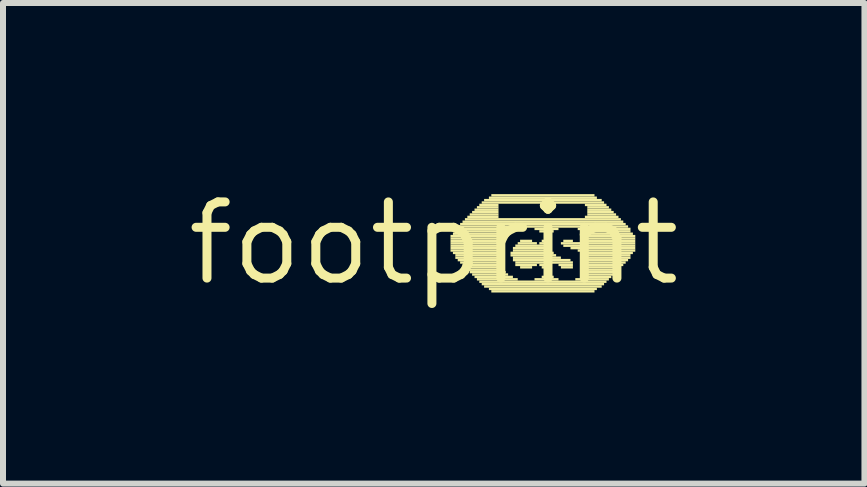
<source format=kicad_pcb>
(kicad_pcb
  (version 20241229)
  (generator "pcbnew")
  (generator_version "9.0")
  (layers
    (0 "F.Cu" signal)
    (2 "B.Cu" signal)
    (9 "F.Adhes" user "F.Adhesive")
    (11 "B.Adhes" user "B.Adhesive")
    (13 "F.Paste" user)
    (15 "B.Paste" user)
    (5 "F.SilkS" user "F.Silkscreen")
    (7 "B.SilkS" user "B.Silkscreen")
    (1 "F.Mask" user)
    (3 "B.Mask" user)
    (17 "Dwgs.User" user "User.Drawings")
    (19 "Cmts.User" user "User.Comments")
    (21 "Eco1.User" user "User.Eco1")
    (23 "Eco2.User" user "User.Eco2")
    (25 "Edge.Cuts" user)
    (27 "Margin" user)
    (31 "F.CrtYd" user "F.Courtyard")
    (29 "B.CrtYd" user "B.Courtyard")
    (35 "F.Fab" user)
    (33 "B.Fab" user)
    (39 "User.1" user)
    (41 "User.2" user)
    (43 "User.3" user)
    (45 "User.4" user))
  (footprint "footprint"
    (layer "F.Cu")
    (at 4.18 1.006)
    (property "Reference" "footprint" (at 0 0 0) (layer "F.SilkS") (effects (font (size 1.27 1.27) (thickness 0.15))))
    (fp_poly (pts (xy 0.28 -0.1) (xy 1.2 -0.1) (xy 1.2 -0.14) (xy 0.28 -0.14)) (stroke (width 0) (type solid)) (fill yes) (layer "F.SilkS"))
    (fp_poly (pts (xy 0.28 -0.06) (xy 1.16 -0.06) (xy 1.16 -0.1) (xy 0.28 -0.1)) (stroke (width 0) (type solid)) (fill yes) (layer "F.SilkS"))
    (fp_poly (pts (xy 0.28 -0.02) (xy 1.16 -0.02) (xy 1.16 -0.06) (xy 0.28 -0.06)) (stroke (width 0) (type solid)) (fill yes) (layer "F.SilkS"))
    (fp_poly (pts (xy 0.28 0.02) (xy 1.12 0.02) (xy 1.12 -0.02) (xy 0.28 -0.02)) (stroke (width 0) (type solid)) (fill yes) (layer "F.SilkS"))
    (fp_poly (pts (xy 0.28 0.06) (xy 1.12 0.06) (xy 1.12 0.02) (xy 0.28 0.02)) (stroke (width 0) (type solid)) (fill yes) (layer "F.SilkS"))
    (fp_poly (pts (xy 0.28 0.1) (xy 1.12 0.1) (xy 1.12 0.06) (xy 0.28 0.06)) (stroke (width 0) (type solid)) (fill yes) (layer "F.SilkS"))
    (fp_poly (pts (xy 0.28 0.14) (xy 1.08 0.14) (xy 1.08 0.1) (xy 0.28 0.1)) (stroke (width 0) (type solid)) (fill yes) (layer "F.SilkS"))
    (fp_poly (pts (xy 0.32 -0.14) (xy 1.24 -0.14) (xy 1.24 -0.18) (xy 0.32 -0.18)) (stroke (width 0) (type solid)) (fill yes) (layer "F.SilkS"))
    (fp_poly (pts (xy 0.32 0.18) (xy 1.08 0.18) (xy 1.08 0.14) (xy 0.32 0.14)) (stroke (width 0) (type solid)) (fill yes) (layer "F.SilkS"))
    (fp_poly (pts (xy 0.36 -0.22) (xy 1.4 -0.22) (xy 1.4 -0.26) (xy 0.36 -0.26)) (stroke (width 0) (type solid)) (fill yes) (layer "F.SilkS"))
    (fp_poly (pts (xy 0.36 -0.18) (xy 1.32 -0.18) (xy 1.32 -0.22) (xy 0.36 -0.22)) (stroke (width 0) (type solid)) (fill yes) (layer "F.SilkS"))
    (fp_poly (pts (xy 0.36 0.22) (xy 1.08 0.22) (xy 1.08 0.18) (xy 0.36 0.18)) (stroke (width 0) (type solid)) (fill yes) (layer "F.SilkS"))
    (fp_poly (pts (xy 0.36 0.26) (xy 1.08 0.26) (xy 1.08 0.22) (xy 0.36 0.22)) (stroke (width 0) (type solid)) (fill yes) (layer "F.SilkS"))
    (fp_poly (pts (xy 0.4 -0.26) (xy 3.24 -0.26) (xy 3.24 -0.3) (xy 0.4 -0.3)) (stroke (width 0) (type solid)) (fill yes) (layer "F.SilkS"))
    (fp_poly (pts (xy 0.4 0.3) (xy 1.12 0.3) (xy 1.12 0.26) (xy 0.4 0.26)) (stroke (width 0) (type solid)) (fill yes) (layer "F.SilkS"))
    (fp_poly (pts (xy 0.44 -0.3) (xy 3.2 -0.3) (xy 3.2 -0.34) (xy 0.44 -0.34)) (stroke (width 0) (type solid)) (fill yes) (layer "F.SilkS"))
    (fp_poly (pts (xy 0.44 0.34) (xy 1.12 0.34) (xy 1.12 0.3) (xy 0.44 0.3)) (stroke (width 0) (type solid)) (fill yes) (layer "F.SilkS"))
    (fp_poly (pts (xy 0.48 -0.34) (xy 3.16 -0.34) (xy 3.16 -0.38) (xy 0.48 -0.38)) (stroke (width 0) (type solid)) (fill yes) (layer "F.SilkS"))
    (fp_poly (pts (xy 0.48 0.38) (xy 1.12 0.38) (xy 1.12 0.34) (xy 0.48 0.34)) (stroke (width 0) (type solid)) (fill yes) (layer "F.SilkS"))
    (fp_poly (pts (xy 0.52 -0.38) (xy 3.12 -0.38) (xy 3.12 -0.42) (xy 0.52 -0.42)) (stroke (width 0) (type solid)) (fill yes) (layer "F.SilkS"))
    (fp_poly (pts (xy 0.52 0.42) (xy 1.16 0.42) (xy 1.16 0.38) (xy 0.52 0.38)) (stroke (width 0) (type solid)) (fill yes) (layer "F.SilkS"))
    (fp_poly (pts (xy 0.56 -0.42) (xy 1.08 -0.42) (xy 1.08 -0.46) (xy 0.56 -0.46)) (stroke (width 0) (type solid)) (fill yes) (layer "F.SilkS"))
    (fp_poly (pts (xy 0.56 0.46) (xy 1.16 0.46) (xy 1.16 0.42) (xy 0.56 0.42)) (stroke (width 0) (type solid)) (fill yes) (layer "F.SilkS"))
    (fp_poly (pts (xy 0.6 -0.46) (xy 1.08 -0.46) (xy 1.08 -0.5) (xy 0.6 -0.5)) (stroke (width 0) (type solid)) (fill yes) (layer "F.SilkS"))
    (fp_poly (pts (xy 0.6 0.5) (xy 1.2 0.5) (xy 1.2 0.46) (xy 0.6 0.46)) (stroke (width 0) (type solid)) (fill yes) (layer "F.SilkS"))
    (fp_poly (pts (xy 0.64 -0.5) (xy 1.08 -0.5) (xy 1.08 -0.54) (xy 0.64 -0.54)) (stroke (width 0) (type solid)) (fill yes) (layer "F.SilkS"))
    (fp_poly (pts (xy 0.64 0.54) (xy 1.24 0.54) (xy 1.24 0.5) (xy 0.64 0.5)) (stroke (width 0) (type solid)) (fill yes) (layer "F.SilkS"))
    (fp_poly (pts (xy 0.68 -0.54) (xy 1.08 -0.54) (xy 1.08 -0.58) (xy 0.68 -0.58)) (stroke (width 0) (type solid)) (fill yes) (layer "F.SilkS"))
    (fp_poly (pts (xy 0.68 0.58) (xy 1.32 0.58) (xy 1.32 0.54) (xy 0.68 0.54)) (stroke (width 0) (type solid)) (fill yes) (layer "F.SilkS"))
    (fp_poly (pts (xy 0.72 -0.58) (xy 1.08 -0.58) (xy 1.08 -0.62) (xy 0.72 -0.62)) (stroke (width 0) (type solid)) (fill yes) (layer "F.SilkS"))
    (fp_poly (pts (xy 0.72 0.62) (xy 1.4 0.62) (xy 1.4 0.58) (xy 0.72 0.58)) (stroke (width 0) (type solid)) (fill yes) (layer "F.SilkS"))
    (fp_poly (pts (xy 0.76 -0.62) (xy 1.08 -0.62) (xy 1.08 -0.66) (xy 0.76 -0.66)) (stroke (width 0) (type solid)) (fill yes) (layer "F.SilkS"))
    (fp_poly (pts (xy 0.76 0.66) (xy 2.88 0.66) (xy 2.88 0.62) (xy 0.76 0.62)) (stroke (width 0) (type solid)) (fill yes) (layer "F.SilkS"))
    (fp_poly (pts (xy 0.8 -0.66) (xy 2.84 -0.66) (xy 2.84 -0.7) (xy 0.8 -0.7)) (stroke (width 0) (type solid)) (fill yes) (layer "F.SilkS"))
    (fp_poly (pts (xy 0.8 0.7) (xy 2.84 0.7) (xy 2.84 0.66) (xy 0.8 0.66)) (stroke (width 0) (type solid)) (fill yes) (layer "F.SilkS"))
    (fp_poly (pts (xy 0.84 -0.7) (xy 2.8 -0.7) (xy 2.8 -0.74) (xy 0.84 -0.74)) (stroke (width 0) (type solid)) (fill yes) (layer "F.SilkS"))
    (fp_poly (pts (xy 0.84 0.74) (xy 2.8 0.74) (xy 2.8 0.7) (xy 0.84 0.7)) (stroke (width 0) (type solid)) (fill yes) (layer "F.SilkS"))
    (fp_poly (pts (xy 0.92 -0.74) (xy 2.72 -0.74) (xy 2.72 -0.78) (xy 0.92 -0.78)) (stroke (width 0) (type solid)) (fill yes) (layer "F.SilkS"))
    (fp_poly (pts (xy 0.92 0.78) (xy 2.72 0.78) (xy 2.72 0.74) (xy 0.92 0.74)) (stroke (width 0) (type solid)) (fill yes) (layer "F.SilkS"))
    (fp_poly (pts (xy 0.96 -0.78) (xy 2.68 -0.78) (xy 2.68 -0.82) (xy 0.96 -0.82)) (stroke (width 0) (type solid)) (fill yes) (layer "F.SilkS"))
    (fp_poly (pts (xy 0.96 0.82) (xy 2.68 0.82) (xy 2.68 0.78) (xy 0.96 0.78)) (stroke (width 0) (type solid)) (fill yes) (layer "F.SilkS"))
    (fp_poly (pts (xy 1.28 0.18) (xy 2 0.18) (xy 2 0.14) (xy 1.28 0.14)) (stroke (width 0) (type solid)) (fill yes) (layer "F.SilkS"))
    (fp_poly (pts (xy 1.28 0.22) (xy 2.04 0.22) (xy 2.04 0.18) (xy 1.28 0.18)) (stroke (width 0) (type solid)) (fill yes) (layer "F.SilkS"))
    (fp_poly (pts (xy 1.32 0.1) (xy 1.96 0.1) (xy 1.96 0.06) (xy 1.32 0.06)) (stroke (width 0) (type solid)) (fill yes) (layer "F.SilkS"))
    (fp_poly (pts (xy 1.32 0.14) (xy 1.96 0.14) (xy 1.96 0.1) (xy 1.32 0.1)) (stroke (width 0) (type solid)) (fill yes) (layer "F.SilkS"))
    (fp_poly (pts (xy 1.32 0.26) (xy 2.12 0.26) (xy 2.12 0.22) (xy 1.32 0.22)) (stroke (width 0) (type solid)) (fill yes) (layer "F.SilkS"))
    (fp_poly (pts (xy 1.32 0.3) (xy 2.28 0.3) (xy 2.28 0.26) (xy 1.32 0.26)) (stroke (width 0) (type solid)) (fill yes) (layer "F.SilkS"))
    (fp_poly (pts (xy 1.36 0.06) (xy 1.92 0.06) (xy 1.92 0.02) (xy 1.36 0.02)) (stroke (width 0) (type solid)) (fill yes) (layer "F.SilkS"))
    (fp_poly (pts (xy 1.36 0.34) (xy 2.32 0.34) (xy 2.32 0.3) (xy 1.36 0.3)) (stroke (width 0) (type solid)) (fill yes) (layer "F.SilkS"))
    (fp_poly (pts (xy 1.36 0.38) (xy 1.72 0.38) (xy 1.72 0.34) (xy 1.36 0.34)) (stroke (width 0) (type solid)) (fill yes) (layer "F.SilkS"))
    (fp_poly (pts (xy 1.4 0.02) (xy 1.72 0.02) (xy 1.72 -0.02) (xy 1.4 -0.02)) (stroke (width 0) (type solid)) (fill yes) (layer "F.SilkS"))
    (fp_poly (pts (xy 1.44 -0.02) (xy 1.64 -0.02) (xy 1.64 -0.06) (xy 1.44 -0.06)) (stroke (width 0) (type solid)) (fill yes) (layer "F.SilkS"))
    (fp_poly (pts (xy 1.44 0.42) (xy 1.64 0.42) (xy 1.64 0.38) (xy 1.44 0.38)) (stroke (width 0) (type solid)) (fill yes) (layer "F.SilkS"))
    (fp_poly (pts (xy 1.68 -0.22) (xy 2.08 -0.22) (xy 2.08 -0.26) (xy 1.68 -0.26)) (stroke (width 0) (type solid)) (fill yes) (layer "F.SilkS"))
    (fp_poly (pts (xy 1.68 0.62) (xy 2.08 0.62) (xy 2.08 0.58) (xy 1.68 0.58)) (stroke (width 0) (type solid)) (fill yes) (layer "F.SilkS"))
    (fp_poly (pts (xy 1.76 -0.18) (xy 2 -0.18) (xy 2 -0.22) (xy 1.76 -0.22)) (stroke (width 0) (type solid)) (fill yes) (layer "F.SilkS"))
    (fp_poly (pts (xy 1.76 0.02) (xy 1.92 0.02) (xy 1.92 -0.02) (xy 1.76 -0.02)) (stroke (width 0) (type solid)) (fill yes) (layer "F.SilkS"))
    (fp_poly (pts (xy 1.76 0.38) (xy 1.96 0.38) (xy 1.96 0.34) (xy 1.76 0.34)) (stroke (width 0) (type solid)) (fill yes) (layer "F.SilkS"))
    (fp_poly (pts (xy 1.8 -0.02) (xy 1.92 -0.02) (xy 1.92 -0.06) (xy 1.8 -0.06)) (stroke (width 0) (type solid)) (fill yes) (layer "F.SilkS"))
    (fp_poly (pts (xy 1.8 0.42) (xy 1.92 0.42) (xy 1.92 0.38) (xy 1.8 0.38)) (stroke (width 0) (type solid)) (fill yes) (layer "F.SilkS"))
    (fp_poly (pts (xy 1.8 0.58) (xy 2 0.58) (xy 2 0.54) (xy 1.8 0.54)) (stroke (width 0) (type solid)) (fill yes) (layer "F.SilkS"))
    (fp_poly (pts (xy 1.84 -0.14) (xy 1.96 -0.14) (xy 1.96 -0.18) (xy 1.84 -0.18)) (stroke (width 0) (type solid)) (fill yes) (layer "F.SilkS"))
    (fp_poly (pts (xy 1.84 -0.1) (xy 1.96 -0.1) (xy 1.96 -0.14) (xy 1.84 -0.14)) (stroke (width 0) (type solid)) (fill yes) (layer "F.SilkS"))
    (fp_poly (pts (xy 1.84 -0.06) (xy 1.92 -0.06) (xy 1.92 -0.1) (xy 1.84 -0.1)) (stroke (width 0) (type solid)) (fill yes) (layer "F.SilkS"))
    (fp_poly (pts (xy 1.84 0.46) (xy 1.92 0.46) (xy 1.92 0.42) (xy 1.84 0.42)) (stroke (width 0) (type solid)) (fill yes) (layer "F.SilkS"))
    (fp_poly (pts (xy 1.84 0.5) (xy 1.92 0.5) (xy 1.92 0.46) (xy 1.84 0.46)) (stroke (width 0) (type solid)) (fill yes) (layer "F.SilkS"))
    (fp_poly (pts (xy 1.84 0.54) (xy 1.96 0.54) (xy 1.96 0.5) (xy 1.84 0.5)) (stroke (width 0) (type solid)) (fill yes) (layer "F.SilkS"))
    (fp_poly (pts (xy 2.08 0.38) (xy 2.32 0.38) (xy 2.32 0.34) (xy 2.08 0.34)) (stroke (width 0) (type solid)) (fill yes) (layer "F.SilkS"))
    (fp_poly (pts (xy 2.12 0.02) (xy 3.36 0.02) (xy 3.36 -0.02) (xy 2.12 -0.02)) (stroke (width 0) (type solid)) (fill yes) (layer "F.SilkS"))
    (fp_poly (pts (xy 2.12 0.42) (xy 2.32 0.42) (xy 2.32 0.38) (xy 2.12 0.38)) (stroke (width 0) (type solid)) (fill yes) (layer "F.SilkS"))
    (fp_poly (pts (xy 2.16 -0.02) (xy 2.32 -0.02) (xy 2.32 -0.06) (xy 2.16 -0.06)) (stroke (width 0) (type solid)) (fill yes) (layer "F.SilkS"))
    (fp_poly (pts (xy 2.16 0.06) (xy 3.36 0.06) (xy 3.36 0.02) (xy 2.16 0.02)) (stroke (width 0) (type solid)) (fill yes) (layer "F.SilkS"))
    (fp_poly (pts (xy 2.28 0.1) (xy 3.36 0.1) (xy 3.36 0.06) (xy 2.28 0.06)) (stroke (width 0) (type solid)) (fill yes) (layer "F.SilkS"))
    (fp_poly (pts (xy 2.36 0.62) (xy 2.92 0.62) (xy 2.92 0.58) (xy 2.36 0.58)) (stroke (width 0) (type solid)) (fill yes) (layer "F.SilkS"))
    (fp_poly (pts (xy 2.4 -0.22) (xy 3.28 -0.22) (xy 3.28 -0.26) (xy 2.4 -0.26)) (stroke (width 0) (type solid)) (fill yes) (layer "F.SilkS"))
    (fp_poly (pts (xy 2.4 0.14) (xy 3.36 0.14) (xy 3.36 0.1) (xy 2.4 0.1)) (stroke (width 0) (type solid)) (fill yes) (layer "F.SilkS"))
    (fp_poly (pts (xy 2.44 -0.18) (xy 3.28 -0.18) (xy 3.28 -0.22) (xy 2.44 -0.22)) (stroke (width 0) (type solid)) (fill yes) (layer "F.SilkS"))
    (fp_poly (pts (xy 2.44 -0.02) (xy 3.36 -0.02) (xy 3.36 -0.06) (xy 2.44 -0.06)) (stroke (width 0) (type solid)) (fill yes) (layer "F.SilkS"))
    (fp_poly (pts (xy 2.44 0.58) (xy 2.96 0.58) (xy 2.96 0.54) (xy 2.44 0.54)) (stroke (width 0) (type solid)) (fill yes) (layer "F.SilkS"))
    (fp_poly (pts (xy 2.48 -0.14) (xy 3.32 -0.14) (xy 3.32 -0.18) (xy 2.48 -0.18)) (stroke (width 0) (type solid)) (fill yes) (layer "F.SilkS"))
    (fp_poly (pts (xy 2.48 -0.1) (xy 3.36 -0.1) (xy 3.36 -0.14) (xy 2.48 -0.14)) (stroke (width 0) (type solid)) (fill yes) (layer "F.SilkS"))
    (fp_poly (pts (xy 2.48 -0.06) (xy 3.36 -0.06) (xy 3.36 -0.1) (xy 2.48 -0.1)) (stroke (width 0) (type solid)) (fill yes) (layer "F.SilkS"))
    (fp_poly (pts (xy 2.48 0.18) (xy 3.32 0.18) (xy 3.32 0.14) (xy 2.48 0.14)) (stroke (width 0) (type solid)) (fill yes) (layer "F.SilkS"))
    (fp_poly (pts (xy 2.48 0.54) (xy 3 0.54) (xy 3 0.5) (xy 2.48 0.5)) (stroke (width 0) (type solid)) (fill yes) (layer "F.SilkS"))
    (fp_poly (pts (xy 2.52 -0.62) (xy 2.88 -0.62) (xy 2.88 -0.66) (xy 2.52 -0.66)) (stroke (width 0) (type solid)) (fill yes) (layer "F.SilkS"))
    (fp_poly (pts (xy 2.52 -0.42) (xy 3.08 -0.42) (xy 3.08 -0.46) (xy 2.52 -0.46)) (stroke (width 0) (type solid)) (fill yes) (layer "F.SilkS"))
    (fp_poly (pts (xy 2.52 0.22) (xy 3.28 0.22) (xy 3.28 0.18) (xy 2.52 0.18)) (stroke (width 0) (type solid)) (fill yes) (layer "F.SilkS"))
    (fp_poly (pts (xy 2.52 0.26) (xy 3.28 0.26) (xy 3.28 0.22) (xy 2.52 0.22)) (stroke (width 0) (type solid)) (fill yes) (layer "F.SilkS"))
    (fp_poly (pts (xy 2.52 0.46) (xy 3.08 0.46) (xy 3.08 0.42) (xy 2.52 0.42)) (stroke (width 0) (type solid)) (fill yes) (layer "F.SilkS"))
    (fp_poly (pts (xy 2.52 0.5) (xy 3.04 0.5) (xy 3.04 0.46) (xy 2.52 0.46)) (stroke (width 0) (type solid)) (fill yes) (layer "F.SilkS"))
    (fp_poly (pts (xy 2.56 -0.58) (xy 2.92 -0.58) (xy 2.92 -0.62) (xy 2.56 -0.62)) (stroke (width 0) (type solid)) (fill yes) (layer "F.SilkS"))
    (fp_poly (pts (xy 2.56 -0.54) (xy 2.96 -0.54) (xy 2.96 -0.58) (xy 2.56 -0.58)) (stroke (width 0) (type solid)) (fill yes) (layer "F.SilkS"))
    (fp_poly (pts (xy 2.56 -0.5) (xy 3 -0.5) (xy 3 -0.54) (xy 2.56 -0.54)) (stroke (width 0) (type solid)) (fill yes) (layer "F.SilkS"))
    (fp_poly (pts (xy 2.56 -0.46) (xy 3.04 -0.46) (xy 3.04 -0.5) (xy 2.56 -0.5)) (stroke (width 0) (type solid)) (fill yes) (layer "F.SilkS"))
    (fp_poly (pts (xy 2.56 0.3) (xy 3.24 0.3) (xy 3.24 0.26) (xy 2.56 0.26)) (stroke (width 0) (type solid)) (fill yes) (layer "F.SilkS"))
    (fp_poly (pts (xy 2.56 0.34) (xy 3.2 0.34) (xy 3.2 0.3) (xy 2.56 0.3)) (stroke (width 0) (type solid)) (fill yes) (layer "F.SilkS"))
    (fp_poly (pts (xy 2.56 0.38) (xy 3.16 0.38) (xy 3.16 0.34) (xy 2.56 0.34)) (stroke (width 0) (type solid)) (fill yes) (layer "F.SilkS"))
    (fp_poly (pts (xy 2.56 0.42) (xy 3.12 0.42) (xy 3.12 0.38) (xy 2.56 0.38)) (stroke (width 0) (type solid)) (fill yes) (layer "F.SilkS")))
  (gr_rect
    (start -3 -3)
    (end 11.36 5.012)
    (stroke (width 0.1) (type default))
    (fill no)
    (layer "Edge.Cuts")))
</source>
